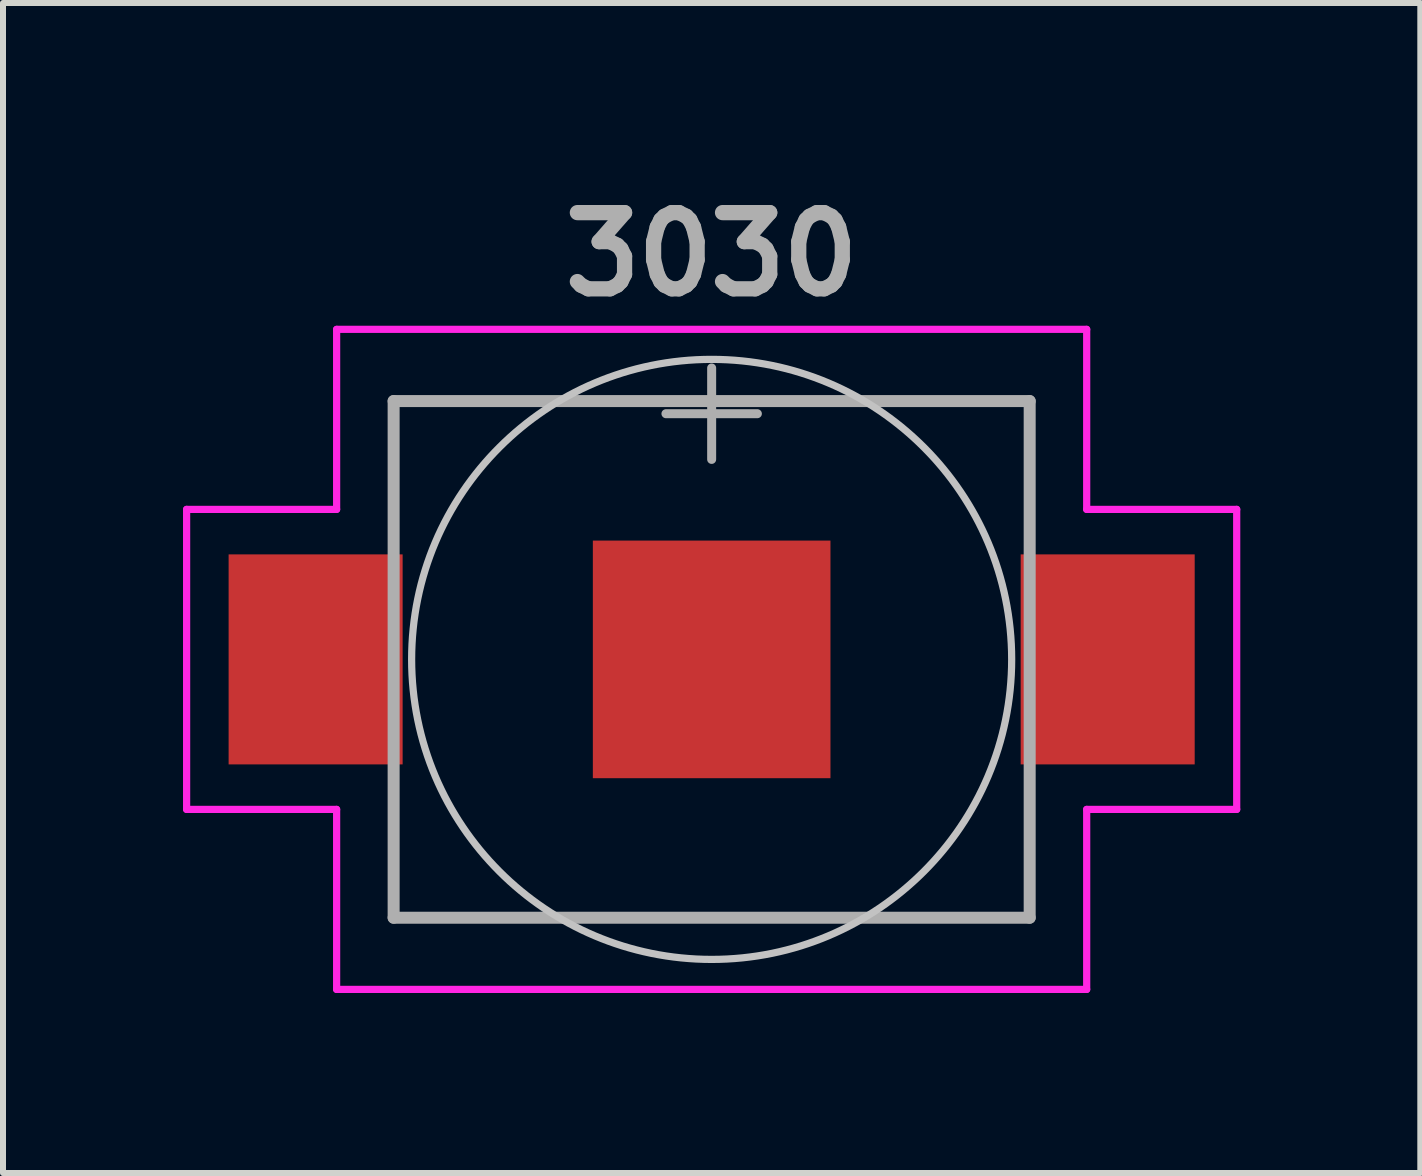
<source format=kicad_pcb>
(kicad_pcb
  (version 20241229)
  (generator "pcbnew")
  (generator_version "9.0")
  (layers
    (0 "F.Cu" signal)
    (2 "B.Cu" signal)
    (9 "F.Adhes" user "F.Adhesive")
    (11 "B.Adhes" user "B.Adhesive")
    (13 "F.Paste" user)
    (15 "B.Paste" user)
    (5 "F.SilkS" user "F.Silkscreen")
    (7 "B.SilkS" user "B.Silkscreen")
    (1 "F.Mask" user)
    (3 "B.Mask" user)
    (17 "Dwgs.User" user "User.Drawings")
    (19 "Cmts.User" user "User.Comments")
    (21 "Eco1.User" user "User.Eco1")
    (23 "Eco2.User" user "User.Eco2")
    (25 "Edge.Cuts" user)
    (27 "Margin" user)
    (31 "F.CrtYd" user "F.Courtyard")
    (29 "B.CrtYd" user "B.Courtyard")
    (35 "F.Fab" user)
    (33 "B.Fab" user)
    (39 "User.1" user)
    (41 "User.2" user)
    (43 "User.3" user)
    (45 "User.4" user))
  (footprint "3030"
    (layer "F.Cu")
    (at 8.81 7.939)
    (property "Reference" "3030" (at 0 -6.75 0) (layer "F.Fab") (effects (font (size 1.27 1.27) (thickness 0.254))))
    (attr smd)
    (fp_line (start -5.3 -4.305) (end 5.08 -4.305) (stroke (width 0.1) (type solid)) (layer "F.SilkS"))
    (fp_line (start -5.08 4.305) (end 5.08 4.305) (stroke (width 0.1) (type solid)) (layer "F.SilkS"))
    (fp_circle (center 0 0) (end 5 0) (stroke (width 0.12) (type solid)) (fill no) (layer "Dwgs.User"))
    (fp_line (start -8.75 -2.5) (end -6.25 -2.5) (stroke (width 0.12) (type solid)) (layer "F.CrtYd"))
    (fp_line (start -8.75 2.5) (end -8.75 -2.5) (stroke (width 0.12) (type solid)) (layer "F.CrtYd"))
    (fp_line (start -6.25 -5.5) (end 6.25 -5.5) (stroke (width 0.12) (type solid)) (layer "F.CrtYd"))
    (fp_line (start -6.25 -2.5) (end -6.25 -5.5) (stroke (width 0.12) (type solid)) (layer "F.CrtYd"))
    (fp_line (start -6.25 2.5) (end -8.75 2.5) (stroke (width 0.12) (type solid)) (layer "F.CrtYd"))
    (fp_line (start -6.25 5.5) (end -6.25 2.5) (stroke (width 0.12) (type solid)) (layer "F.CrtYd"))
    (fp_line (start 6.25 -5.5) (end 6.25 -2.5) (stroke (width 0.12) (type solid)) (layer "F.CrtYd"))
    (fp_line (start 6.25 -2.5) (end 8.75 -2.5) (stroke (width 0.12) (type solid)) (layer "F.CrtYd"))
    (fp_line (start 6.25 2.5) (end 6.25 5.5) (stroke (width 0.12) (type solid)) (layer "F.CrtYd"))
    (fp_line (start 6.25 5.5) (end -6.25 5.5) (stroke (width 0.12) (type solid)) (layer "F.CrtYd"))
    (fp_line (start 8.75 -2.5) (end 8.75 2.5) (stroke (width 0.12) (type solid)) (layer "F.CrtYd"))
    (fp_line (start 8.75 2.5) (end 6.25 2.5) (stroke (width 0.12) (type solid)) (layer "F.CrtYd"))
    (fp_line (start -5.3 -4.305) (end 5.3 -4.305) (stroke (width 0.2) (type solid)) (layer "F.Fab"))
    (fp_line (start -5.3 4.305) (end -5.3 -4.305) (stroke (width 0.2) (type solid)) (layer "F.Fab"))
    (fp_line (start 5.3 -4.305) (end 5.3 4.305) (stroke (width 0.2) (type solid)) (layer "F.Fab"))
    (fp_line (start 5.3 4.305) (end -5.3 4.305) (stroke (width 0.2) (type solid)) (layer "F.Fab"))
    (fp_text user "+" (at 0 -4.25 0) (layer "F.Fab") (effects (font (size 2 2) (thickness 0.15))))
    (pad "1" smd rect (at -6.6 0) (size 2.9 3.5) (layers "F.Cu" "F.Mask" "F.Paste"))
    (pad "1" smd rect (at 6.6 0) (size 2.9 3.5) (layers "F.Cu" "F.Mask" "F.Paste"))
    (pad "2" smd rect (at 0 0 90) (size 3.96 3.96) (layers "F.Cu" "F.Mask" "F.Paste")))
  (gr_rect
    (start -3 -3)
    (end 20.62 16.499)
    (stroke (width 0.1) (type default))
    (fill no)
    (layer "Edge.Cuts")))
</source>
